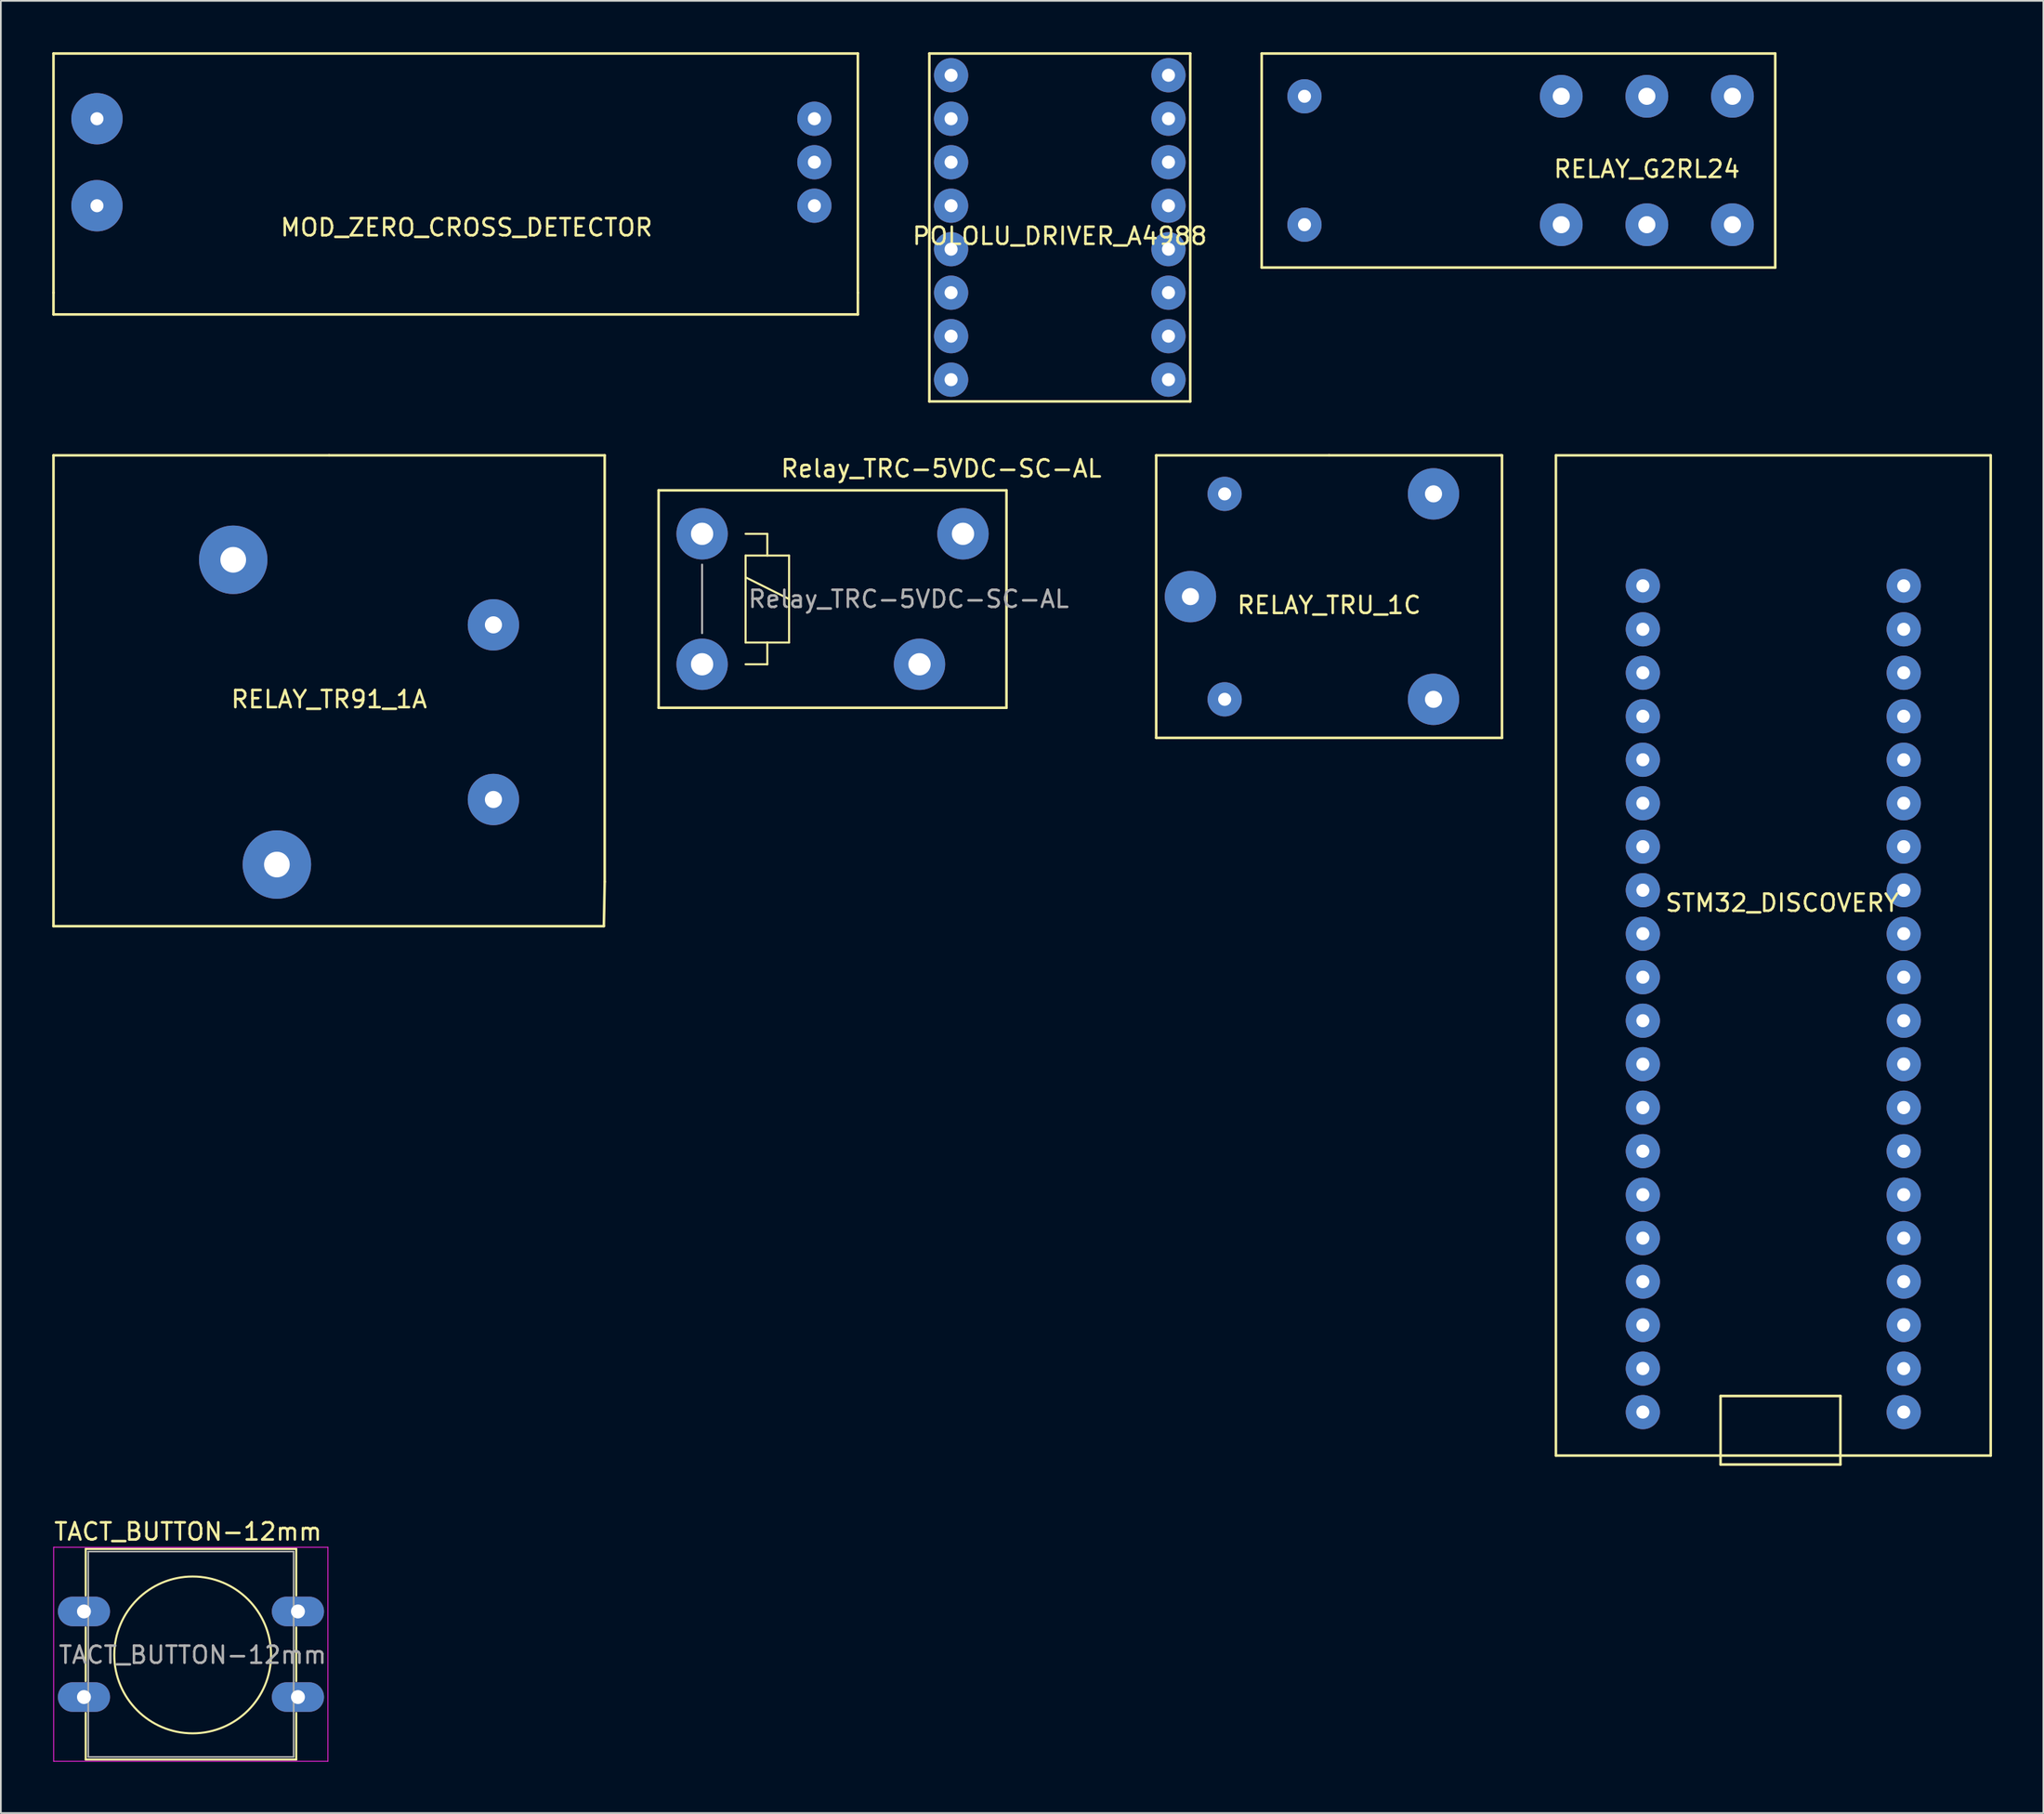
<source format=kicad_pcb>
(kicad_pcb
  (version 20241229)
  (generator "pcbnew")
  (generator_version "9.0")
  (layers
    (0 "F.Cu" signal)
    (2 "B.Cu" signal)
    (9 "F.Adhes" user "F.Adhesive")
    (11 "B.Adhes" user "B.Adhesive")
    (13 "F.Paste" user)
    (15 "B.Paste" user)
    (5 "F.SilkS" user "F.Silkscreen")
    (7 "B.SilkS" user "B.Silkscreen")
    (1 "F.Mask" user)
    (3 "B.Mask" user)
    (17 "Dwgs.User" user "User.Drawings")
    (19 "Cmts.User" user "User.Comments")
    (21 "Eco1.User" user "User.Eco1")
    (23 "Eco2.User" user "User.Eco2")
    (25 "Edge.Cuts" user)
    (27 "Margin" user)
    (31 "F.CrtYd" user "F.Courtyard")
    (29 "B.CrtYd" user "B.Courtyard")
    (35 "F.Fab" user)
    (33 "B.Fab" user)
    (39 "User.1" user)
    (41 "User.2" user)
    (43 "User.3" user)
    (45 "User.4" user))
  (footprint "RELAY_G2RL24"
    (layer "F.Cu")
    (at 93.155 6.325)
    (property "Reference" "RELAY_G2RL24" (at 0 0.5 0) (layer "F.SilkS") (effects (font (size 1 1) (thickness 0.15))))
    (attr through_hole)
    (fp_line (start -22.5 -6.25) (end 7.5 -6.25) (stroke (width 0.15) (type solid)) (layer "F.SilkS"))
    (fp_line (start -22.5 6.25) (end -22.5 -6.25) (stroke (width 0.15) (type solid)) (layer "F.SilkS"))
    (fp_line (start 7.5 -6.25) (end 7.5 6.25) (stroke (width 0.15) (type solid)) (layer "F.SilkS"))
    (fp_line (start 7.5 6.25) (end -22.5 6.25) (stroke (width 0.15) (type solid)) (layer "F.SilkS"))
    (pad "1" thru_hole circle (at -20 -3.75) (size 2 2) (drill 0.762) (layers "*.Cu" "*.Mask"))
    (pad "2" thru_hole circle (at -20 3.75) (size 2 2) (drill 0.762) (layers "*.Cu" "*.Mask"))
    (pad "3" thru_hole circle (at 0 3.75) (size 2.5 2.5) (drill 1) (layers "*.Cu" "*.Mask"))
    (pad "4" thru_hole circle (at 5 3.75) (size 2.5 2.5) (drill 1) (layers "*.Cu" "*.Mask"))
    (pad "5" thru_hole circle (at -5 3.75) (size 2.5 2.5) (drill 1) (layers "*.Cu" "*.Mask"))
    (pad "6" thru_hole circle (at 0 -3.75) (size 2.5 2.5) (drill 1) (layers "*.Cu" "*.Mask"))
    (pad "7" thru_hole circle (at 5 -3.75) (size 2.5 2.5) (drill 1) (layers "*.Cu" "*.Mask"))
    (pad "8" thru_hole circle (at -5 -3.75) (size 2.5 2.5) (drill 1) (layers "*.Cu" "*.Mask")))
  (footprint "TACT_BUTTON-12mm"
    (layer "F.Cu")
    (at 1.855 91.068)
    (property "Reference" "TACT_BUTTON-12mm" (at 6.08 -4.66 0) (layer "F.SilkS") (effects (font (size 1 1) (thickness 0.15))))
    (attr through_hole)
    (fp_line (start 0.1 -3.65) (end 12.4 -3.65) (stroke (width 0.12) (type solid)) (layer "F.SilkS"))
    (fp_line (start 0.1 -0.93) (end 0.1 -3.65) (stroke (width 0.12) (type solid)) (layer "F.SilkS"))
    (fp_line (start 0.1 4.07) (end 0.1 0.93) (stroke (width 0.12) (type solid)) (layer "F.SilkS"))
    (fp_line (start 0.1 8.65) (end 0.1 5.93) (stroke (width 0.12) (type solid)) (layer "F.SilkS"))
    (fp_line (start 12.4 -3.65) (end 12.4 -0.93) (stroke (width 0.12) (type solid)) (layer "F.SilkS"))
    (fp_line (start 12.4 0.93) (end 12.4 4.07) (stroke (width 0.12) (type solid)) (layer "F.SilkS"))
    (fp_line (start 12.4 5.93) (end 12.4 8.65) (stroke (width 0.12) (type solid)) (layer "F.SilkS"))
    (fp_line (start 12.4 8.65) (end 0.1 8.65) (stroke (width 0.12) (type solid)) (layer "F.SilkS"))
    (fp_circle (center 6.35 2.54) (end 10.16 5.08) (stroke (width 0.12) (type solid)) (fill no) (layer "F.SilkS"))
    (fp_line (start -1.77 -3.75) (end -1.77 8.75) (stroke (width 0.05) (type solid)) (layer "F.CrtYd"))
    (fp_line (start -1.77 -3.75) (end 14.25 -3.75) (stroke (width 0.05) (type solid)) (layer "F.CrtYd"))
    (fp_line (start 14.25 8.75) (end -1.77 8.75) (stroke (width 0.05) (type solid)) (layer "F.CrtYd"))
    (fp_line (start 14.25 8.75) (end 14.25 -3.75) (stroke (width 0.05) (type solid)) (layer "F.CrtYd"))
    (fp_line (start 0.25 -3.5) (end 0.25 8.5) (stroke (width 0.1) (type solid)) (layer "F.Fab"))
    (fp_line (start 0.25 -3.5) (end 12.25 -3.5) (stroke (width 0.1) (type solid)) (layer "F.Fab"))
    (fp_line (start 0.25 8.5) (end 12.25 8.5) (stroke (width 0.1) (type solid)) (layer "F.Fab"))
    (fp_line (start 12.25 -3.5) (end 12.25 8.5) (stroke (width 0.1) (type solid)) (layer "F.Fab"))
    (fp_text user "${REFERENCE}" (at 6.35 2.54 0) (layer "F.Fab") (effects (font (size 1 1) (thickness 0.15))))
    (pad "1" thru_hole oval (at 0 0) (size 3.048 1.727) (drill 0.813) (layers "*.Cu" "*.Mask"))
    (pad "1" thru_hole oval (at 12.5 0) (size 3.048 1.727) (drill 0.813) (layers "*.Cu" "*.Mask"))
    (pad "2" thru_hole oval (at 0 5) (size 3.048 1.727) (drill 0.813) (layers "*.Cu" "*.Mask"))
    (pad "2" thru_hole oval (at 12.5 5) (size 3.048 1.727) (drill 0.813) (layers "*.Cu" "*.Mask")))
  (footprint "Relay_TRC-5VDC-SC-AL"
    (layer "F.Cu")
    (at 37.965 28.128)
    (property "Reference" "Relay_TRC-5VDC-SC-AL" (at 13.97 -3.81 0) (layer "F.SilkS") (effects (font (size 1 1) (thickness 0.15))))
    (attr through_hole)
    (fp_line (start -2.54 -2.54) (end -2.54 10.16) (stroke (width 0.15) (type solid)) (layer "F.SilkS"))
    (fp_line (start -2.54 -2.54) (end 17.78 -2.54) (stroke (width 0.15) (type solid)) (layer "F.SilkS"))
    (fp_line (start 2.54 0) (end 3.81 0) (stroke (width 0.12) (type solid)) (layer "F.SilkS"))
    (fp_line (start 2.54 1.27) (end 3.81 1.27) (stroke (width 0.12) (type solid)) (layer "F.SilkS"))
    (fp_line (start 2.54 2.54) (end 5.08 3.81) (stroke (width 0.12) (type solid)) (layer "F.SilkS"))
    (fp_line (start 2.54 6.35) (end 2.54 1.27) (stroke (width 0.12) (type solid)) (layer "F.SilkS"))
    (fp_line (start 3.81 0) (end 3.81 1.27) (stroke (width 0.12) (type solid)) (layer "F.SilkS"))
    (fp_line (start 3.81 1.27) (end 5.08 1.27) (stroke (width 0.12) (type solid)) (layer "F.SilkS"))
    (fp_line (start 3.81 6.35) (end 3.81 7.62) (stroke (width 0.12) (type solid)) (layer "F.SilkS"))
    (fp_line (start 3.81 7.62) (end 2.54 7.62) (stroke (width 0.12) (type solid)) (layer "F.SilkS"))
    (fp_line (start 5.08 1.27) (end 5.08 6.35) (stroke (width 0.12) (type solid)) (layer "F.SilkS"))
    (fp_line (start 5.08 6.35) (end 2.54 6.35) (stroke (width 0.12) (type solid)) (layer "F.SilkS"))
    (fp_line (start 17.78 -2.54) (end 17.78 10.16) (stroke (width 0.15) (type solid)) (layer "F.SilkS"))
    (fp_line (start 17.78 10.16) (end -2.54 10.16) (stroke (width 0.15) (type solid)) (layer "F.SilkS"))
    (fp_line (start 0 1.8) (end 0 5.8) (stroke (width 0.12) (type solid)) (layer "F.Fab"))
    (fp_text user "${REFERENCE}" (at 12.065 3.81 0) (layer "F.Fab") (effects (font (size 1 1) (thickness 0.15))))
    (pad "1" thru_hole circle (at 0 0) (size 3 3) (drill 1.3) (layers "*.Cu" "*.Mask"))
    (pad "2" thru_hole circle (at 0 7.62) (size 3 3) (drill 1.3) (layers "*.Cu" "*.Mask"))
    (pad "3" thru_hole circle (at 15.24 0) (size 3 3) (drill 1.3) (layers "*.Cu" "*.Mask"))
    (pad "4" thru_hole circle (at 12.7 7.62) (size 3 3) (drill 1.3) (layers "*.Cu" "*.Mask")))
  (footprint "POLOLU_DRIVER_A4988"
    (layer "F.Cu")
    (at 58.86 10.235)
    (property "Reference" "POLOLU_DRIVER_A4988" (at 0 0.5 0) (layer "F.SilkS") (effects (font (size 1 1) (thickness 0.15))))
    (attr through_hole)
    (fp_line (start -7.62 -10.16) (end 7.62 -10.16) (stroke (width 0.15) (type solid)) (layer "F.SilkS"))
    (fp_line (start -7.62 10.16) (end -7.62 -10.16) (stroke (width 0.15) (type solid)) (layer "F.SilkS"))
    (fp_line (start 7.62 -10.16) (end 7.62 10.16) (stroke (width 0.15) (type solid)) (layer "F.SilkS"))
    (fp_line (start 7.62 10.16) (end -7.62 10.16) (stroke (width 0.15) (type solid)) (layer "F.SilkS"))
    (pad "1" thru_hole circle (at -6.35 -8.89) (size 2 2) (drill 0.762) (layers "*.Cu" "*.Mask"))
    (pad "2" thru_hole circle (at -6.35 -6.35) (size 2 2) (drill 0.762) (layers "*.Cu" "*.Mask"))
    (pad "3" thru_hole circle (at -6.35 -3.81) (size 2 2) (drill 0.762) (layers "*.Cu" "*.Mask"))
    (pad "4" thru_hole circle (at -6.35 -1.27) (size 2 2) (drill 0.762) (layers "*.Cu" "*.Mask"))
    (pad "5" thru_hole circle (at -6.35 1.27) (size 2 2) (drill 0.762) (layers "*.Cu" "*.Mask"))
    (pad "6" thru_hole circle (at -6.35 3.81) (size 2 2) (drill 0.762) (layers "*.Cu" "*.Mask"))
    (pad "7" thru_hole circle (at -6.35 6.35) (size 2 2) (drill 0.762) (layers "*.Cu" "*.Mask"))
    (pad "8" thru_hole circle (at -6.35 8.89) (size 2 2) (drill 0.762) (layers "*.Cu" "*.Mask"))
    (pad "9" thru_hole circle (at 6.35 8.89) (size 2 2) (drill 0.762) (layers "*.Cu" "*.Mask"))
    (pad "10" thru_hole circle (at 6.35 6.35) (size 2 2) (drill 0.762) (layers "*.Cu" "*.Mask"))
    (pad "11" thru_hole circle (at 6.35 3.81) (size 2 2) (drill 0.762) (layers "*.Cu" "*.Mask"))
    (pad "12" thru_hole circle (at 6.35 1.27) (size 2 2) (drill 0.762) (layers "*.Cu" "*.Mask"))
    (pad "13" thru_hole circle (at 6.35 -1.27) (size 2 2) (drill 0.762) (layers "*.Cu" "*.Mask"))
    (pad "14" thru_hole circle (at 6.35 -3.81) (size 2 2) (drill 0.762) (layers "*.Cu" "*.Mask"))
    (pad "15" thru_hole circle (at 6.35 -6.35) (size 2 2) (drill 0.762) (layers "*.Cu" "*.Mask"))
    (pad "16" thru_hole circle (at 6.35 -8.89) (size 2 2) (drill 0.762) (layers "*.Cu" "*.Mask")))
  (footprint "STM32_DISCOVERY"
    (layer "F.Cu")
    (at 95.462 51.485)
    (property "Reference" "STM32_DISCOVERY" (at 5.6 -1.8 0) (layer "F.SilkS") (effects (font (size 1 1) (thickness 0.15))))
    (attr through_hole)
    (fp_line (start -7.62 -27.94) (end 17.78 -27.94) (stroke (width 0.15) (type solid)) (layer "F.SilkS"))
    (fp_line (start -7.62 30.48) (end -7.62 -27.94) (stroke (width 0.15) (type solid)) (layer "F.SilkS"))
    (fp_line (start 2 27) (end 9 27) (stroke (width 0.15) (type solid)) (layer "F.SilkS"))
    (fp_line (start 2 31) (end 2 27) (stroke (width 0.15) (type solid)) (layer "F.SilkS"))
    (fp_line (start 9 27) (end 9 31) (stroke (width 0.15) (type solid)) (layer "F.SilkS"))
    (fp_line (start 9 31) (end 2 31) (stroke (width 0.15) (type solid)) (layer "F.SilkS"))
    (fp_line (start 17.78 -27.94) (end 17.78 30.48) (stroke (width 0.15) (type solid)) (layer "F.SilkS"))
    (fp_line (start 17.78 30.48) (end -7.62 30.48) (stroke (width 0.15) (type solid)) (layer "F.SilkS"))
    (pad "1" thru_hole circle (at 12.7 -20.32) (size 2 2) (drill 0.762) (layers "*.Cu" "*.Mask"))
    (pad "2" thru_hole circle (at 12.7 -17.78) (size 2 2) (drill 0.762) (layers "*.Cu" "*.Mask"))
    (pad "3" thru_hole circle (at 12.7 -15.24) (size 2 2) (drill 0.762) (layers "*.Cu" "*.Mask"))
    (pad "4" thru_hole circle (at 12.7 -12.7) (size 2 2) (drill 0.762) (layers "*.Cu" "*.Mask"))
    (pad "5" thru_hole circle (at 12.7 -10.16) (size 2 2) (drill 0.762) (layers "*.Cu" "*.Mask"))
    (pad "6" thru_hole circle (at 12.7 -7.62) (size 2 2) (drill 0.762) (layers "*.Cu" "*.Mask"))
    (pad "7" thru_hole circle (at 12.7 -5.08) (size 2 2) (drill 0.762) (layers "*.Cu" "*.Mask"))
    (pad "8" thru_hole circle (at 12.7 -2.54) (size 2 2) (drill 0.762) (layers "*.Cu" "*.Mask"))
    (pad "9" thru_hole circle (at 12.7 0) (size 2 2) (drill 0.762) (layers "*.Cu" "*.Mask"))
    (pad "10" thru_hole circle (at 12.7 2.54) (size 2 2) (drill 0.762) (layers "*.Cu" "*.Mask"))
    (pad "11" thru_hole circle (at 12.7 5.08) (size 2 2) (drill 0.762) (layers "*.Cu" "*.Mask"))
    (pad "12" thru_hole circle (at 12.7 7.62) (size 2 2) (drill 0.762) (layers "*.Cu" "*.Mask"))
    (pad "13" thru_hole circle (at 12.7 10.16) (size 2 2) (drill 0.762) (layers "*.Cu" "*.Mask"))
    (pad "14" thru_hole circle (at 12.7 12.7) (size 2 2) (drill 0.762) (layers "*.Cu" "*.Mask"))
    (pad "15" thru_hole circle (at 12.7 15.24) (size 2 2) (drill 0.762) (layers "*.Cu" "*.Mask"))
    (pad "16" thru_hole circle (at 12.7 17.78) (size 2 2) (drill 0.762) (layers "*.Cu" "*.Mask"))
    (pad "17" thru_hole circle (at 12.7 20.32) (size 2 2) (drill 0.762) (layers "*.Cu" "*.Mask"))
    (pad "18" thru_hole circle (at 12.7 22.86) (size 2 2) (drill 0.762) (layers "*.Cu" "*.Mask"))
    (pad "19" thru_hole circle (at 12.7 25.4) (size 2 2) (drill 0.762) (layers "*.Cu" "*.Mask"))
    (pad "20" thru_hole circle (at 12.7 27.94) (size 2 2) (drill 0.762) (layers "*.Cu" "*.Mask"))
    (pad "21" thru_hole circle (at -2.54 -20.32) (size 2 2) (drill 0.762) (layers "*.Cu" "*.Mask"))
    (pad "22" thru_hole circle (at -2.54 -17.78) (size 2 2) (drill 0.762) (layers "*.Cu" "*.Mask"))
    (pad "23" thru_hole circle (at -2.54 -15.24) (size 2 2) (drill 0.762) (layers "*.Cu" "*.Mask"))
    (pad "24" thru_hole circle (at -2.54 -12.7) (size 2 2) (drill 0.762) (layers "*.Cu" "*.Mask"))
    (pad "25" thru_hole circle (at -2.54 -10.16) (size 2 2) (drill 0.762) (layers "*.Cu" "*.Mask"))
    (pad "26" thru_hole circle (at -2.54 -7.62) (size 2 2) (drill 0.762) (layers "*.Cu" "*.Mask"))
    (pad "27" thru_hole circle (at -2.54 -5.08) (size 2 2) (drill 0.762) (layers "*.Cu" "*.Mask"))
    (pad "28" thru_hole circle (at -2.54 -2.54) (size 2 2) (drill 0.762) (layers "*.Cu" "*.Mask"))
    (pad "29" thru_hole circle (at -2.54 0) (size 2 2) (drill 0.762) (layers "*.Cu" "*.Mask"))
    (pad "30" thru_hole circle (at -2.54 2.54) (size 2 2) (drill 0.762) (layers "*.Cu" "*.Mask"))
    (pad "31" thru_hole circle (at -2.54 5.08) (size 2 2) (drill 0.762) (layers "*.Cu" "*.Mask"))
    (pad "32" thru_hole circle (at -2.54 7.62) (size 2 2) (drill 0.762) (layers "*.Cu" "*.Mask"))
    (pad "33" thru_hole circle (at -2.54 10.16) (size 2 2) (drill 0.762) (layers "*.Cu" "*.Mask"))
    (pad "34" thru_hole circle (at -2.54 12.7) (size 2 2) (drill 0.762) (layers "*.Cu" "*.Mask"))
    (pad "35" thru_hole circle (at -2.54 15.24) (size 2 2) (drill 0.762) (layers "*.Cu" "*.Mask"))
    (pad "36" thru_hole circle (at -2.54 17.78) (size 2 2) (drill 0.762) (layers "*.Cu" "*.Mask"))
    (pad "37" thru_hole circle (at -2.54 20.32) (size 2 2) (drill 0.762) (layers "*.Cu" "*.Mask"))
    (pad "38" thru_hole circle (at -2.54 22.86) (size 2 2) (drill 0.762) (layers "*.Cu" "*.Mask"))
    (pad "39" thru_hole circle (at -2.54 25.4) (size 2 2) (drill 0.762) (layers "*.Cu" "*.Mask"))
    (pad "40" thru_hole circle (at -2.54 27.94) (size 2 2) (drill 0.762) (layers "*.Cu" "*.Mask")))
  (footprint "MOD_ZERO_CROSS_DETECTOR"
    (layer "F.Cu")
    (at 2.615 6.425)
    (property "Reference" "MOD_ZERO_CROSS_DETECTOR" (at 21.59 3.81 0) (layer "F.SilkS") (effects (font (size 1 1) (thickness 0.15))))
    (attr through_hole)
    (fp_line (start -2.54 -6.35) (end 44.45 -6.35) (stroke (width 0.15) (type solid)) (layer "F.SilkS"))
    (fp_line (start -2.54 7.62) (end -2.54 -6.35) (stroke (width 0.15) (type solid)) (layer "F.SilkS"))
    (fp_line (start -2.54 8.89) (end -2.54 7.62) (stroke (width 0.15) (type solid)) (layer "F.SilkS"))
    (fp_line (start 44.45 -6.35) (end 44.45 7.62) (stroke (width 0.15) (type solid)) (layer "F.SilkS"))
    (fp_line (start 44.45 7.62) (end 44.45 8.89) (stroke (width 0.15) (type solid)) (layer "F.SilkS"))
    (fp_line (start 44.45 8.89) (end -2.54 8.89) (stroke (width 0.15) (type solid)) (layer "F.SilkS"))
    (pad "1" thru_hole circle (at 41.91 -2.54) (size 2 2) (drill 0.762) (layers "*.Cu" "*.Mask"))
    (pad "2" thru_hole circle (at 41.91 0) (size 2 2) (drill 0.762) (layers "*.Cu" "*.Mask"))
    (pad "3" thru_hole circle (at 41.91 2.54) (size 2 2) (drill 0.762) (layers "*.Cu" "*.Mask"))
    (pad "4" thru_hole circle (at 0 2.54) (size 3 3) (drill 0.762) (layers "*.Cu" "*.Mask"))
    (pad "5" thru_hole circle (at 0 -2.54) (size 3 3) (drill 0.762) (layers "*.Cu" "*.Mask")))
  (footprint "RELAY_TR91_1A"
    (layer "F.Cu")
    (at 16.175 37.295)
    (property "Reference" "RELAY_TR91_1A" (at 0 0.5 0) (layer "F.SilkS") (effects (font (size 1 1) (thickness 0.15))))
    (attr through_hole)
    (fp_line (start -16.1 -13.75) (end 0 -13.75) (stroke (width 0.15) (type solid)) (layer "F.SilkS"))
    (fp_line (start -16.1 13.75) (end -16.1 -13.75) (stroke (width 0.15) (type solid)) (layer "F.SilkS"))
    (fp_line (start 0 -13.75) (end 16.1 -13.75) (stroke (width 0.15) (type solid)) (layer "F.SilkS"))
    (fp_line (start 16.05 13.75) (end -16.1 13.75) (stroke (width 0.15) (type solid)) (layer "F.SilkS"))
    (fp_line (start 16.1 -13.75) (end 16.1 11.15) (stroke (width 0.15) (type solid)) (layer "F.SilkS"))
    (fp_line (start 16.1 11.15) (end 16.05 13.75) (stroke (width 0.15) (type solid)) (layer "F.SilkS"))
    (pad "1" thru_hole circle (at 9.6 -3.85) (size 3 3) (drill 1) (layers "*.Cu" "*.Mask"))
    (pad "2" thru_hole circle (at 9.6 6.35) (size 3 3) (drill 1) (layers "*.Cu" "*.Mask"))
    (pad "3" thru_hole circle (at -3.05 10.15) (size 4 4) (drill 1.5) (layers "*.Cu" "*.Mask"))
    (pad "4" thru_hole circle (at -5.6 -7.65) (size 4 4) (drill 1.5) (layers "*.Cu" "*.Mask")))
  (footprint "RELAY_TRU_1C"
    (layer "F.Cu")
    (at 74.592 31.795)
    (property "Reference" "RELAY_TRU_1C" (at 0 0.5 0) (layer "F.SilkS") (effects (font (size 1 1) (thickness 0.15))))
    (attr through_hole)
    (fp_line (start -10.1 -8.25) (end 0 -8.25) (stroke (width 0.15) (type solid)) (layer "F.SilkS"))
    (fp_line (start -10.1 8.25) (end -10.1 -8.25) (stroke (width 0.15) (type solid)) (layer "F.SilkS"))
    (fp_line (start 0 -8.25) (end 10 -8.25) (stroke (width 0.15) (type solid)) (layer "F.SilkS"))
    (fp_line (start 10 -8.25) (end 10.1 -8.25) (stroke (width 0.15) (type solid)) (layer "F.SilkS"))
    (fp_line (start 10.1 -8.25) (end 10.1 8.25) (stroke (width 0.15) (type solid)) (layer "F.SilkS"))
    (fp_line (start 10.1 8.25) (end -10.1 8.25) (stroke (width 0.15) (type solid)) (layer "F.SilkS"))
    (pad "1" thru_hole circle (at -6.1 -6) (size 2 2) (drill 0.762) (layers "*.Cu" "*.Mask"))
    (pad "2" thru_hole circle (at -6.1 6) (size 2 2) (drill 0.762) (layers "*.Cu" "*.Mask"))
    (pad "3" thru_hole circle (at -8.1 0) (size 3 3) (drill 1) (layers "*.Cu" "*.Mask"))
    (pad "4" thru_hole circle (at 6.1 -6) (size 3 3) (drill 1) (layers "*.Cu" "*.Mask"))
    (pad "5" thru_hole circle (at 6.1 6) (size 3 3) (drill 1) (layers "*.Cu" "*.Mask")))
  (gr_rect
    (start -3 -3)
    (end 116.317 102.843)
    (stroke (width 0.1) (type default))
    (fill no)
    (layer "Edge.Cuts")))
</source>
